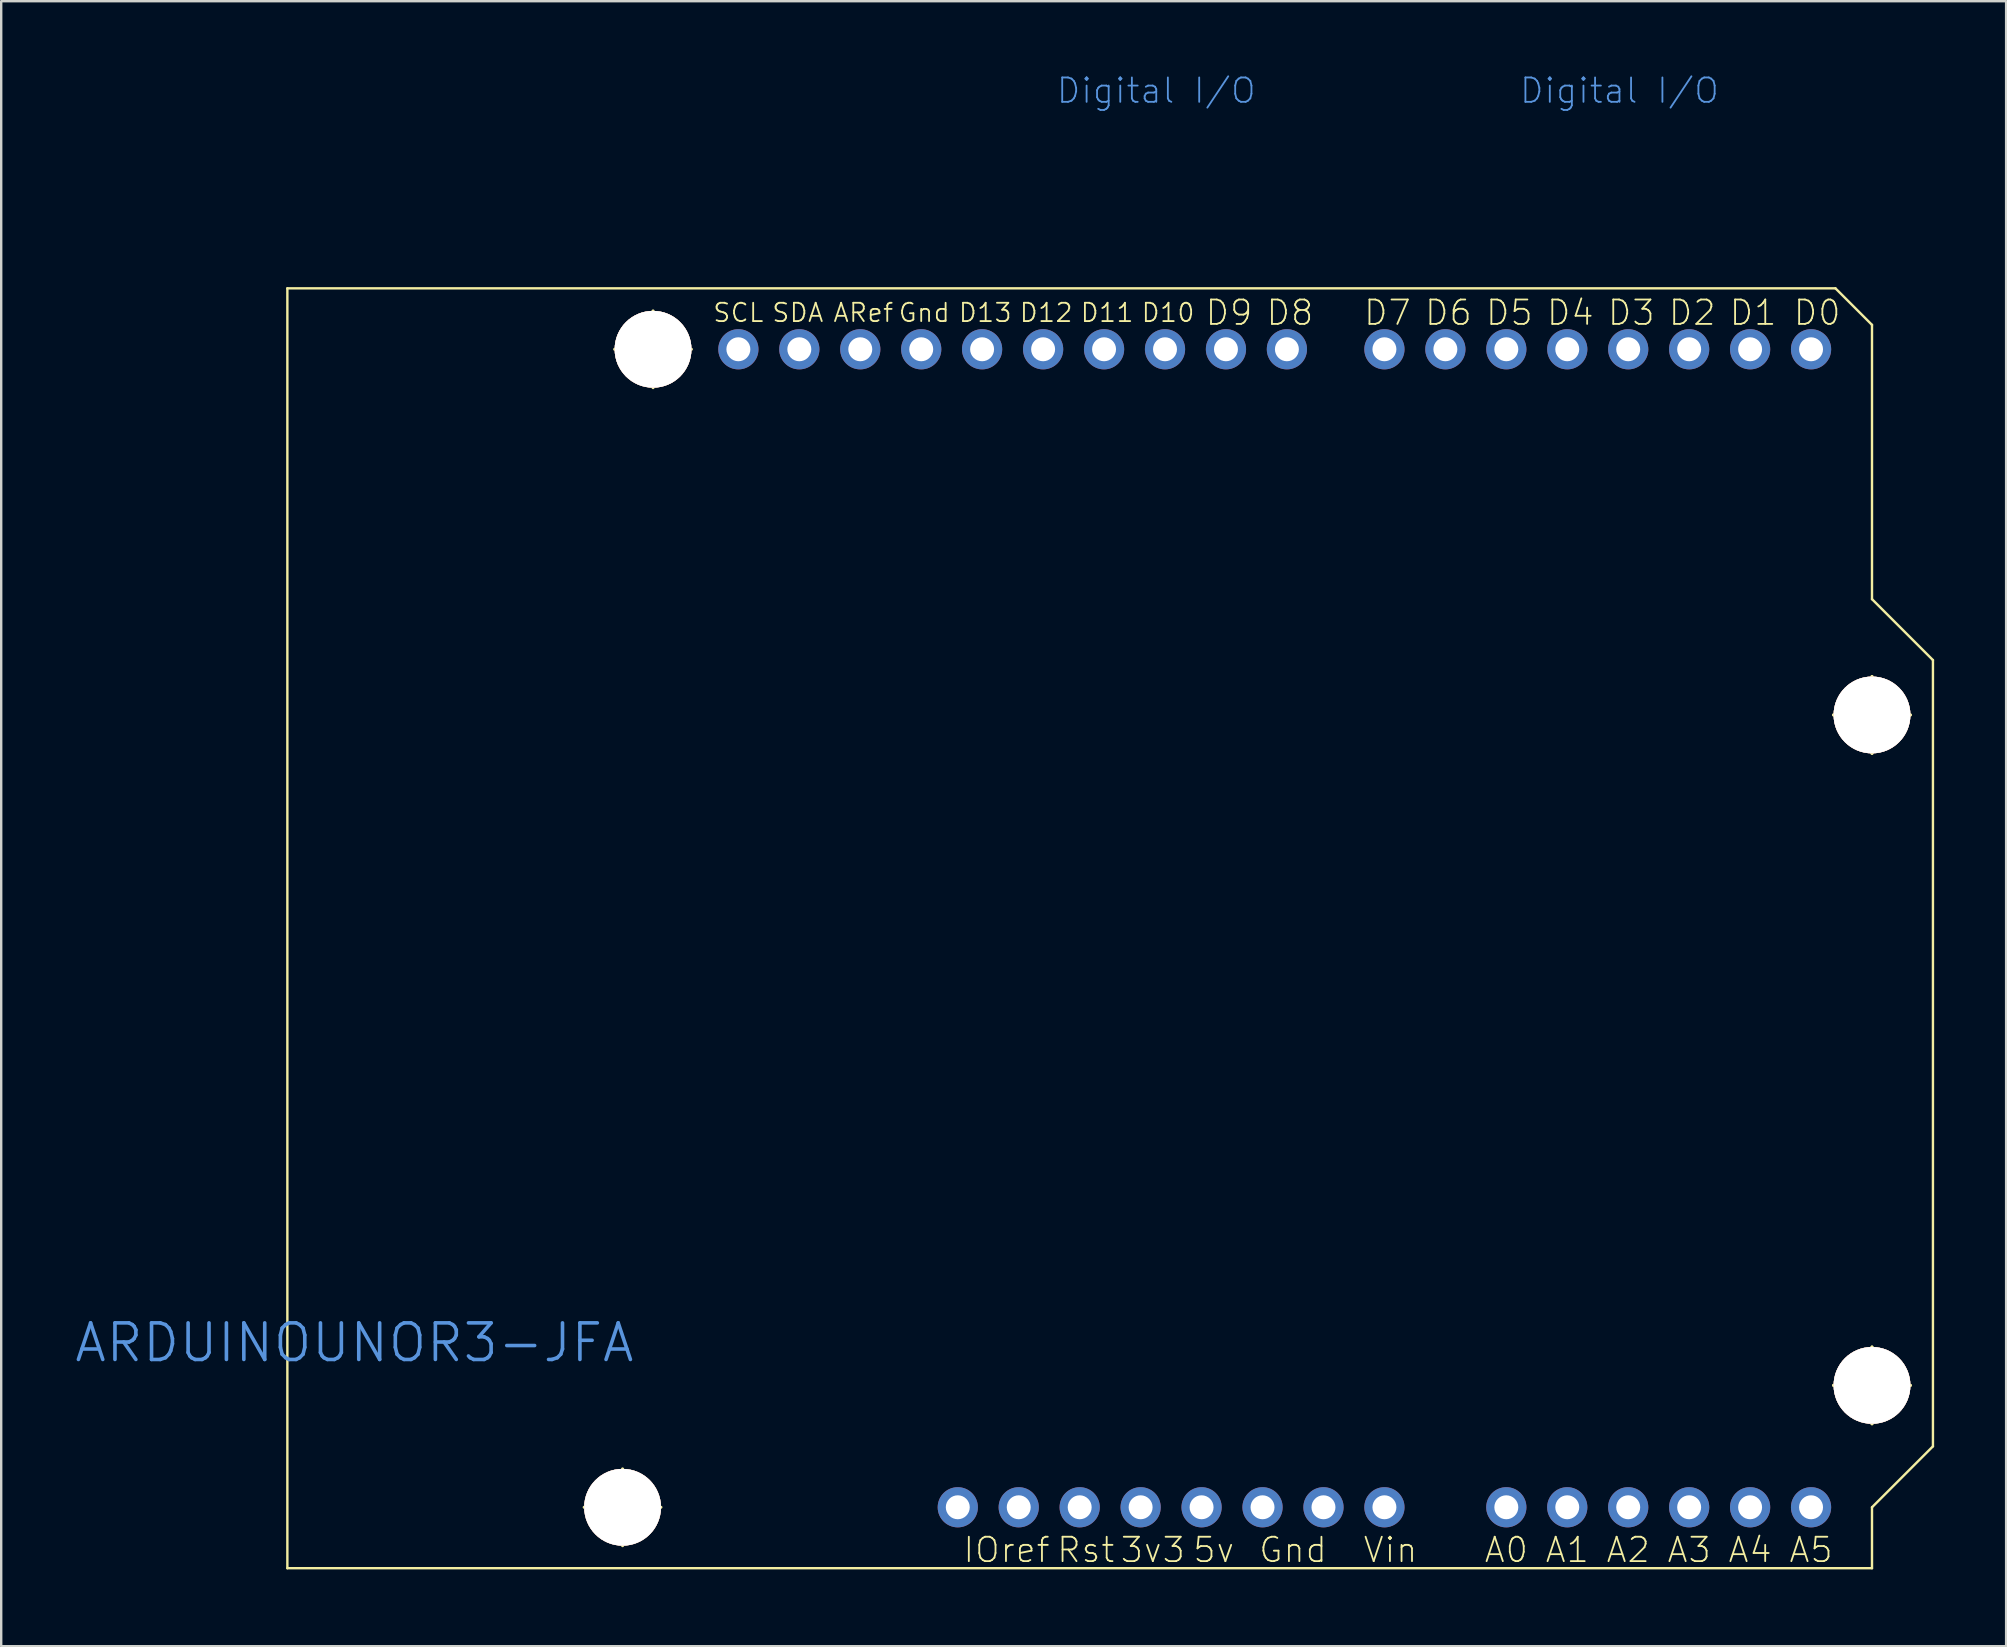
<source format=kicad_pcb>
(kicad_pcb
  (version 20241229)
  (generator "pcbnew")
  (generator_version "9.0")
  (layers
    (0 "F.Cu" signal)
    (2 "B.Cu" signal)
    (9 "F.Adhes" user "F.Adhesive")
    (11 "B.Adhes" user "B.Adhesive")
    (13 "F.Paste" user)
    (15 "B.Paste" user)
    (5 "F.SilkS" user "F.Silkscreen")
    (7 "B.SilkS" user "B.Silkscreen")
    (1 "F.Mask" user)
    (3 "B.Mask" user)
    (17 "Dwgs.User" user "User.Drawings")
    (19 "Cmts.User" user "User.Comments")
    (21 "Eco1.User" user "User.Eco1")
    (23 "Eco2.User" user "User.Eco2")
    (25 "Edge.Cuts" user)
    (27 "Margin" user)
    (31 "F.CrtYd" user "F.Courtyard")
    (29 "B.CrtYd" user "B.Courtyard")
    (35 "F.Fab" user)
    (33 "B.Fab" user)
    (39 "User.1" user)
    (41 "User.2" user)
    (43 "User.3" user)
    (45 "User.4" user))
  (footprint "ARDUINOUNOR3-JFA"
    (layer "F.Cu")
    (at 8.926 62.306)
    (property "Reference" "ARDUINOUNOR3-JFA" (at 2.794 -9.398 0) (layer "Cmts.User") (effects (font (size 1.524 1.524) (thickness 0.15))))
    (attr exclude_from_pos_files exclude_from_bom)
    (fp_line (start 0 -53.34) (end 0 0) (stroke (width 0.1) (type solid)) (layer "F.SilkS"))
    (fp_line (start 0 0) (end 66.04 0) (stroke (width 0.1) (type solid)) (layer "F.SilkS"))
    (fp_line (start 12.37 -2.54) (end 15.568 -2.54) (stroke (width 0.127) (type solid)) (layer "F.SilkS"))
    (fp_line (start 13.64 -50.8) (end 16.838 -50.8) (stroke (width 0.127) (type solid)) (layer "F.SilkS"))
    (fp_line (start 13.97 -0.94) (end 13.97 -4.138) (stroke (width 0.127) (type solid)) (layer "F.SilkS"))
    (fp_line (start 15.24 -49.2) (end 15.24 -52.398) (stroke (width 0.127) (type solid)) (layer "F.SilkS"))
    (fp_line (start 64.44 -35.56) (end 67.638 -35.56) (stroke (width 0.127) (type solid)) (layer "F.SilkS"))
    (fp_line (start 64.44 -35.56) (end 67.638 -35.56) (stroke (width 0.127) (type solid)) (layer "F.SilkS"))
    (fp_line (start 64.44 -7.62) (end 67.638 -7.62) (stroke (width 0.127) (type solid)) (layer "F.SilkS"))
    (fp_line (start 64.44 -7.62) (end 67.638 -7.62) (stroke (width 0.127) (type solid)) (layer "F.SilkS"))
    (fp_line (start 64.516 -53.34) (end 0 -53.34) (stroke (width 0.1) (type solid)) (layer "F.SilkS"))
    (fp_line (start 66.04 -51.816) (end 64.516 -53.34) (stroke (width 0.1) (type solid)) (layer "F.SilkS"))
    (fp_line (start 66.04 -40.386) (end 66.04 -51.816) (stroke (width 0.1) (type solid)) (layer "F.SilkS"))
    (fp_line (start 66.04 -33.96) (end 66.04 -37.158) (stroke (width 0.127) (type solid)) (layer "F.SilkS"))
    (fp_line (start 66.04 -33.96) (end 66.04 -37.158) (stroke (width 0.127) (type solid)) (layer "F.SilkS"))
    (fp_line (start 66.04 -6.02) (end 66.04 -9.218) (stroke (width 0.127) (type solid)) (layer "F.SilkS"))
    (fp_line (start 66.04 -6.02) (end 66.04 -9.218) (stroke (width 0.127) (type solid)) (layer "F.SilkS"))
    (fp_line (start 66.04 -2.54) (end 68.58 -5.08) (stroke (width 0.1) (type solid)) (layer "F.SilkS"))
    (fp_line (start 66.04 0) (end 66.04 -2.54) (stroke (width 0.1) (type solid)) (layer "F.SilkS"))
    (fp_line (start 68.58 -37.846) (end 66.04 -40.386) (stroke (width 0.1) (type solid)) (layer "F.SilkS"))
    (fp_line (start 68.58 -5.08) (end 68.58 -37.846) (stroke (width 0.1) (type solid)) (layer "F.SilkS"))
    (fp_circle (center 13.97 -2.54) (end 14.768 -3.338) (stroke (width 0.127) (type solid)) (fill no) (layer "F.SilkS"))
    (fp_circle (center 15.24 -50.8) (end 16.038 -51.598) (stroke (width 0.127) (type solid)) (fill no) (layer "F.SilkS"))
    (fp_circle (center 66.04 -35.56) (end 66.838 -36.358) (stroke (width 0.127) (type solid)) (fill no) (layer "F.SilkS"))
    (fp_circle (center 66.04 -35.56) (end 66.838 -36.358) (stroke (width 0.127) (type solid)) (fill no) (layer "F.SilkS"))
    (fp_circle (center 66.04 -35.56) (end 66.838 -36.358) (stroke (width 0.127) (type solid)) (fill no) (layer "F.SilkS"))
    (fp_circle (center 66.04 -35.56) (end 66.838 -36.358) (stroke (width 0.127) (type solid)) (fill no) (layer "F.SilkS"))
    (fp_circle (center 66.04 -7.62) (end 66.838 -8.418) (stroke (width 0.127) (type solid)) (fill no) (layer "F.SilkS"))
    (fp_circle (center 66.04 -7.62) (end 66.838 -8.418) (stroke (width 0.127) (type solid)) (fill no) (layer "F.SilkS"))
    (fp_circle (center 66.04 -7.62) (end 66.838 -8.418) (stroke (width 0.127) (type solid)) (fill no) (layer "F.SilkS"))
    (fp_circle (center 66.04 -7.62) (end 66.838 -8.418) (stroke (width 0.127) (type solid)) (fill no) (layer "F.SilkS"))
    (fp_text user "D4" (at 53.467 -52.324 0) (layer "F.SilkS") (effects (font (size 1.016 1.016) (thickness 0.076))))
    (fp_text user "D8" (at 41.783 -52.324 0) (layer "F.SilkS") (effects (font (size 1.016 1.016) (thickness 0.076))))
    (fp_text user "D6" (at 48.387 -52.324 0) (layer "F.SilkS") (effects (font (size 1.016 1.016) (thickness 0.076))))
    (fp_text user "5v" (at 38.608 -0.762 0) (layer "F.SilkS") (effects (font (size 1.016 1.016) (thickness 0.076))))
    (fp_text user "D5" (at 50.927 -52.324 0) (layer "F.SilkS") (effects (font (size 1.016 1.016) (thickness 0.076))))
    (fp_text user "D7" (at 45.847 -52.324 0) (layer "F.SilkS") (effects (font (size 1.016 1.016) (thickness 0.076))))
    (fp_text user "A2" (at 55.88 -0.762 0) (layer "F.SilkS") (effects (font (size 1.016 1.016) (thickness 0.076))))
    (fp_text user "A1" (at 53.34 -0.762 0) (layer "F.SilkS") (effects (font (size 1.016 1.016) (thickness 0.076))))
    (fp_text user "Gnd" (at 26.543 -52.324 0) (layer "F.SilkS") (effects (font (size 0.762 0.762) (thickness 0.076))))
    (fp_text user "ARef" (at 24.003 -52.324 0) (layer "F.SilkS") (effects (font (size 0.762 0.762) (thickness 0.076))))
    (fp_text user "A4" (at 60.96 -0.762 0) (layer "F.SilkS") (effects (font (size 1.016 1.016) (thickness 0.076))))
    (fp_text user "A5" (at 63.5 -0.762 0) (layer "F.SilkS") (effects (font (size 1.016 1.016) (thickness 0.076))))
    (fp_text user "D12" (at 31.623 -52.324 0) (layer "F.SilkS") (effects (font (size 0.762 0.762) (thickness 0.076))))
    (fp_text user "Vin" (at 45.974 -0.762 0) (layer "F.SilkS") (effects (font (size 1.016 1.016) (thickness 0.076))))
    (fp_text user "D11" (at 34.163 -52.324 0) (layer "F.SilkS") (effects (font (size 0.762 0.762) (thickness 0.076))))
    (fp_text user "SCL" (at 18.796 -52.324 0) (layer "F.SilkS") (effects (font (size 0.762 0.762) (thickness 0.076))))
    (fp_text user "D9" (at 39.243 -52.324 0) (layer "F.SilkS") (effects (font (size 1.016 1.016) (thickness 0.076))))
    (fp_text user "SDA" (at 21.273 -52.324 0) (layer "F.SilkS") (effects (font (size 0.762 0.762) (thickness 0.076))))
    (fp_text user "D2" (at 58.547 -52.324 0) (layer "F.SilkS") (effects (font (size 1.016 1.016) (thickness 0.076))))
    (fp_text user "D13" (at 29.083 -52.324 0) (layer "F.SilkS") (effects (font (size 0.762 0.762) (thickness 0.076))))
    (fp_text user "D0" (at 63.754 -52.324 0) (layer "F.SilkS") (effects (font (size 1.016 1.016) (thickness 0.076))))
    (fp_text user "A0" (at 50.8 -0.762 0) (layer "F.SilkS") (effects (font (size 1.016 1.016) (thickness 0.076))))
    (fp_text user "Gnd" (at 41.91 -0.762 0) (layer "F.SilkS") (effects (font (size 1.016 1.016) (thickness 0.076))))
    (fp_text user "D3" (at 56.007 -52.324 0) (layer "F.SilkS") (effects (font (size 1.016 1.016) (thickness 0.076))))
    (fp_text user "Rst" (at 33.274 -0.762 0) (layer "F.SilkS") (effects (font (size 1.016 1.016) (thickness 0.076))))
    (fp_text user "3v3" (at 36.068 -0.762 0) (layer "F.SilkS") (effects (font (size 1.016 1.016) (thickness 0.076))))
    (fp_text user "IOref" (at 29.972 -0.762 0) (layer "F.SilkS") (effects (font (size 1.016 1.016) (thickness 0.076))))
    (fp_text user "A3" (at 58.42 -0.762 0) (layer "F.SilkS") (effects (font (size 1.016 1.016) (thickness 0.076))))
    (fp_text user "D1" (at 61.084 -52.324 0) (layer "F.SilkS") (effects (font (size 1.016 1.016) (thickness 0.076))))
    (fp_text user "D10" (at 36.703 -52.324 0) (layer "F.SilkS") (effects (font (size 0.762 0.762) (thickness 0.076))))
    (fp_text user "Digital I/O" (at 55.515 -61.578 0) (layer "Cmts.User") (effects (font (size 1.016 1.016) (thickness 0.076))))
    (fp_text user "Digital I/O" (at 36.211 -61.578 0) (layer "Cmts.User") (effects (font (size 1.016 1.016) (thickness 0.076))))
    (pad "1" thru_hole circle (at 13.97 -2.54) (size 3.2 3.2) (drill 3.2) (layers "*.Cu" "*.SilkS" "*.Mask"))
    (pad "1" thru_hole circle (at 15.24 -50.8) (size 3.2 3.2) (drill 3.2) (layers "*.Cu" "*.SilkS" "*.Mask"))
    (pad "1" thru_hole circle (at 66.04 -35.56) (size 3.2 3.2) (drill 3.2) (layers "*.Cu" "*.SilkS" "*.Mask"))
    (pad "1" thru_hole circle (at 66.04 -7.62) (size 3.2 3.2) (drill 3.2) (layers "*.Cu" "*.SilkS" "*.Mask"))
    (pad "3V" thru_hole circle (at 35.56 -2.54) (size 1.676 1.676) (drill 0.998) (layers "*.Cu" "*.Mask"))
    (pad "5V" thru_hole circle (at 38.1 -2.54) (size 1.676 1.676) (drill 0.998) (layers "*.Cu" "*.Mask"))
    (pad "A0" thru_hole circle (at 50.8 -2.54) (size 1.676 1.676) (drill 0.998) (layers "*.Cu" "*.Mask"))
    (pad "A1" thru_hole circle (at 53.34 -2.54) (size 1.676 1.676) (drill 0.998) (layers "*.Cu" "*.Mask"))
    (pad "A2" thru_hole circle (at 55.88 -2.54) (size 1.676 1.676) (drill 0.998) (layers "*.Cu" "*.Mask"))
    (pad "A3" thru_hole circle (at 58.42 -2.54) (size 1.676 1.676) (drill 0.998) (layers "*.Cu" "*.Mask"))
    (pad "A4" thru_hole circle (at 60.96 -2.54) (size 1.676 1.676) (drill 0.998) (layers "*.Cu" "*.Mask"))
    (pad "A5" thru_hole circle (at 63.5 -2.54) (size 1.676 1.676) (drill 0.998) (layers "*.Cu" "*.Mask"))
    (pad "AREF" thru_hole circle (at 23.876 -50.8) (size 1.676 1.676) (drill 0.998) (layers "*.Cu" "*.Mask"))
    (pad "D0" thru_hole circle (at 63.5 -50.8) (size 1.676 1.676) (drill 0.998) (layers "*.Cu" "*.Mask"))
    (pad "D1" thru_hole circle (at 60.96 -50.8) (size 1.676 1.676) (drill 0.998) (layers "*.Cu" "*.Mask"))
    (pad "D2" thru_hole circle (at 58.42 -50.8) (size 1.676 1.676) (drill 0.998) (layers "*.Cu" "*.Mask"))
    (pad "D3" thru_hole circle (at 55.88 -50.8) (size 1.676 1.676) (drill 0.998) (layers "*.Cu" "*.Mask"))
    (pad "D4" thru_hole circle (at 53.34 -50.8) (size 1.676 1.676) (drill 0.998) (layers "*.Cu" "*.Mask"))
    (pad "D5" thru_hole circle (at 50.8 -50.8) (size 1.676 1.676) (drill 0.998) (layers "*.Cu" "*.Mask"))
    (pad "D6" thru_hole circle (at 48.26 -50.8) (size 1.676 1.676) (drill 0.998) (layers "*.Cu" "*.Mask"))
    (pad "D7" thru_hole circle (at 45.72 -50.8) (size 1.676 1.676) (drill 0.998) (layers "*.Cu" "*.Mask"))
    (pad "D8" thru_hole circle (at 41.656 -50.8) (size 1.676 1.676) (drill 0.998) (layers "*.Cu" "*.Mask"))
    (pad "D9" thru_hole circle (at 39.116 -50.8) (size 1.676 1.676) (drill 0.998) (layers "*.Cu" "*.Mask"))
    (pad "D10" thru_hole circle (at 36.576 -50.8) (size 1.676 1.676) (drill 0.998) (layers "*.Cu" "*.Mask"))
    (pad "D11" thru_hole circle (at 34.036 -50.8) (size 1.676 1.676) (drill 0.998) (layers "*.Cu" "*.Mask"))
    (pad "D12" thru_hole circle (at 31.496 -50.8) (size 1.676 1.676) (drill 0.998) (layers "*.Cu" "*.Mask"))
    (pad "D13" thru_hole circle (at 28.953 -50.8) (size 1.676 1.676) (drill 0.998) (layers "*.Cu" "*.Mask"))
    (pad "GND" thru_hole circle (at 26.416 -50.8) (size 1.676 1.676) (drill 0.998) (layers "*.Cu" "*.Mask"))
    (pad "GND1" thru_hole circle (at 43.18 -2.54) (size 1.676 1.676) (drill 0.998) (layers "*.Cu" "*.Mask"))
    (pad "GND2" thru_hole circle (at 40.64 -2.54) (size 1.676 1.676) (drill 0.998) (layers "*.Cu" "*.Mask"))
    (pad "IORE" thru_hole circle (at 30.48 -2.54) (size 1.676 1.676) (drill 0.998) (layers "*.Cu" "*.Mask"))
    (pad "NC" thru_hole circle (at 27.94 -2.54) (size 1.676 1.676) (drill 0.998) (layers "*.Cu" "*.Mask"))
    (pad "RESE" thru_hole circle (at 33.02 -2.54) (size 1.676 1.676) (drill 0.998) (layers "*.Cu" "*.Mask"))
    (pad "SCL" thru_hole circle (at 18.796 -50.8) (size 1.676 1.676) (drill 0.998) (layers "*.Cu" "*.Mask"))
    (pad "SDA" thru_hole circle (at 21.336 -50.8) (size 1.676 1.676) (drill 0.998) (layers "*.Cu" "*.Mask"))
    (pad "VIN" thru_hole circle (at 45.72 -2.54) (size 1.676 1.676) (drill 0.998) (layers "*.Cu" "*.Mask")))
  (gr_rect
    (start -3 -3)
    (end 80.556 65.556)
    (stroke (width 0.1) (type default))
    (fill no)
    (layer "Edge.Cuts")))
</source>
